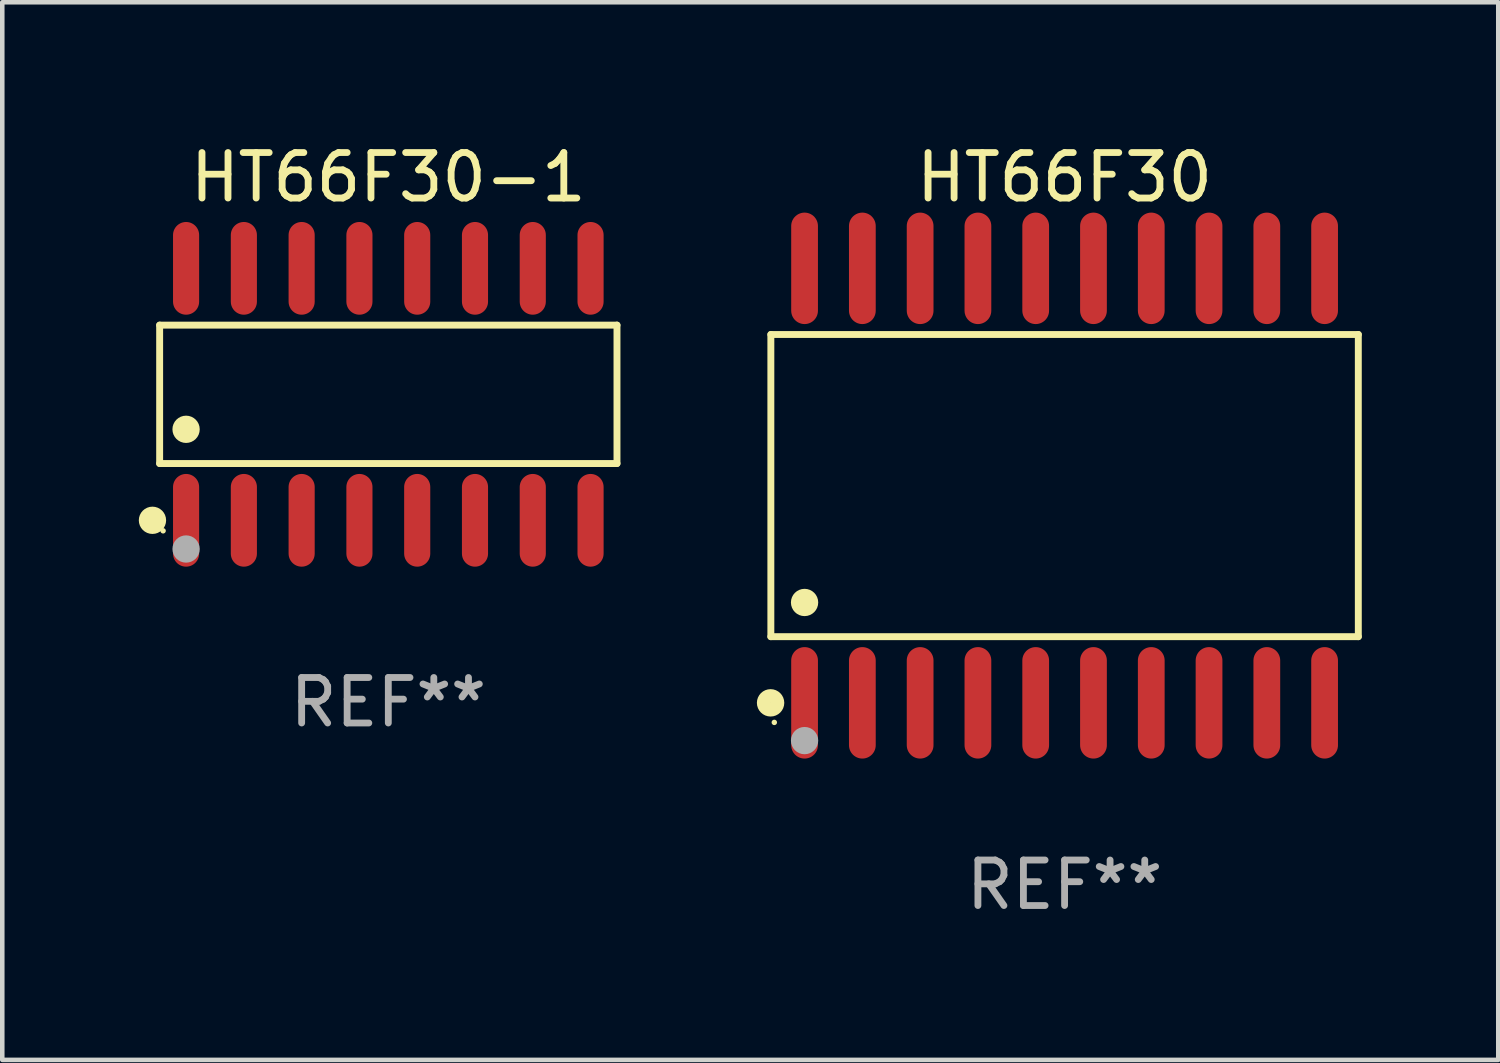
<source format=kicad_pcb>
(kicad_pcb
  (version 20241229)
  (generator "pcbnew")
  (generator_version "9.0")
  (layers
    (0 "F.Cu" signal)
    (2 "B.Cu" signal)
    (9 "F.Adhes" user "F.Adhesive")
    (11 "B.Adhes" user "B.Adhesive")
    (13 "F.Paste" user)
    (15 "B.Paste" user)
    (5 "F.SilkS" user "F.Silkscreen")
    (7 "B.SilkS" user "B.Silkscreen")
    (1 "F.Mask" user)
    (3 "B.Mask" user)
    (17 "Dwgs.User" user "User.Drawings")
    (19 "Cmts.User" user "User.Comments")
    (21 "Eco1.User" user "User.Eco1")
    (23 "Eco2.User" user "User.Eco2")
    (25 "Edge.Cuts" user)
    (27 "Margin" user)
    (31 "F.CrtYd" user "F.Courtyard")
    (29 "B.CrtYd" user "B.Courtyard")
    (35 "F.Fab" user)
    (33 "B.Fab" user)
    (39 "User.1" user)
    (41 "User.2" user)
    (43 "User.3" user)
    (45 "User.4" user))
  (footprint "HT66F30-1"
    (layer "F.Cu")
    (at 5.485 5.617)
    (property "Reference" "HT66F30-1" (at 0 -4.769 0) (layer "F.SilkS") (effects (font (size 1 1) (thickness 0.15))))
    (attr through_hole)
    (fp_line (start -5.026 -1.521) (end 5.026 -1.521) (stroke (width 0.152) (type solid)) (layer "F.SilkS"))
    (fp_line (start -5.026 1.521) (end -5.026 -1.521) (stroke (width 0.152) (type solid)) (layer "F.SilkS"))
    (fp_line (start 5.026 -1.521) (end 5.026 1.521) (stroke (width 0.152) (type solid)) (layer "F.SilkS"))
    (fp_line (start 5.026 1.521) (end -5.026 1.521) (stroke (width 0.152) (type solid)) (layer "F.SilkS"))
    (fp_circle (center -5.184 2.769) (end -5.034 2.769) (stroke (width 0.3) (type solid)) (fill no) (layer "F.SilkS"))
    (fp_circle (center -4.95 3) (end -4.92 3) (stroke (width 0.06) (type solid)) (fill no) (layer "F.SilkS"))
    (fp_circle (center -4.445 0.769) (end -4.295 0.769) (stroke (width 0.3) (type solid)) (fill no) (layer "F.SilkS"))
    (fp_circle (center -4.445 3.4) (end -4.295 3.4) (stroke (width 0.3) (type solid)) (fill no) (layer "F.Fab"))
    (fp_text user "REF**" (at 0 6.769 0) (layer "F.Fab") (effects (font (size 1 1) (thickness 0.15))))
    (pad "1" smd oval (at -4.445 2.769) (size 0.574 2.038) (layers "F.Cu" "F.Mask" "F.Paste"))
    (pad "2" smd oval (at -3.175 2.769) (size 0.574 2.038) (layers "F.Cu" "F.Mask" "F.Paste"))
    (pad "3" smd oval (at -1.905 2.769) (size 0.574 2.038) (layers "F.Cu" "F.Mask" "F.Paste"))
    (pad "4" smd oval (at -0.635 2.769) (size 0.574 2.038) (layers "F.Cu" "F.Mask" "F.Paste"))
    (pad "5" smd oval (at 0.635 2.769) (size 0.574 2.038) (layers "F.Cu" "F.Mask" "F.Paste"))
    (pad "6" smd oval (at 1.905 2.769) (size 0.574 2.038) (layers "F.Cu" "F.Mask" "F.Paste"))
    (pad "7" smd oval (at 3.175 2.769) (size 0.574 2.038) (layers "F.Cu" "F.Mask" "F.Paste"))
    (pad "8" smd oval (at 4.445 2.769) (size 0.574 2.038) (layers "F.Cu" "F.Mask" "F.Paste"))
    (pad "9" smd oval (at 4.445 -2.769) (size 0.574 2.038) (layers "F.Cu" "F.Mask" "F.Paste"))
    (pad "10" smd oval (at 3.175 -2.769) (size 0.574 2.038) (layers "F.Cu" "F.Mask" "F.Paste"))
    (pad "11" smd oval (at 1.905 -2.769) (size 0.574 2.038) (layers "F.Cu" "F.Mask" "F.Paste"))
    (pad "12" smd oval (at 0.635 -2.769) (size 0.574 2.038) (layers "F.Cu" "F.Mask" "F.Paste"))
    (pad "13" smd oval (at -0.635 -2.769) (size 0.574 2.038) (layers "F.Cu" "F.Mask" "F.Paste"))
    (pad "14" smd oval (at -1.905 -2.769) (size 0.574 2.038) (layers "F.Cu" "F.Mask" "F.Paste"))
    (pad "15" smd oval (at -3.175 -2.769) (size 0.574 2.038) (layers "F.Cu" "F.Mask" "F.Paste"))
    (pad "16" smd oval (at -4.445 -2.769) (size 0.574 2.038) (layers "F.Cu" "F.Mask" "F.Paste")))
  (footprint "HT66F30"
    (layer "F.Cu")
    (at 20.349 7.623)
    (property "Reference" "HT66F30" (at 0 -6.775 0) (layer "F.SilkS") (effects (font (size 1 1) (thickness 0.15))))
    (attr through_hole)
    (fp_line (start -6.456 -3.321) (end 6.456 -3.321) (stroke (width 0.152) (type solid)) (layer "F.SilkS"))
    (fp_line (start -6.456 3.321) (end -6.456 -3.321) (stroke (width 0.152) (type solid)) (layer "F.SilkS"))
    (fp_line (start 6.456 -3.321) (end 6.456 3.321) (stroke (width 0.152) (type solid)) (layer "F.SilkS"))
    (fp_line (start 6.456 3.321) (end -6.456 3.321) (stroke (width 0.152) (type solid)) (layer "F.SilkS"))
    (fp_circle (center -6.462 4.775) (end -6.311 4.775) (stroke (width 0.3) (type solid)) (fill no) (layer "F.SilkS"))
    (fp_circle (center -6.38 5.205) (end -6.35 5.205) (stroke (width 0.06) (type solid)) (fill no) (layer "F.SilkS"))
    (fp_circle (center -5.715 2.569) (end -5.565 2.569) (stroke (width 0.3) (type solid)) (fill no) (layer "F.SilkS"))
    (fp_circle (center -5.715 5.605) (end -5.565 5.605) (stroke (width 0.3) (type solid)) (fill no) (layer "F.Fab"))
    (fp_text user "REF**" (at 0 8.775 0) (layer "F.Fab") (effects (font (size 1 1) (thickness 0.15))))
    (pad "1" smd oval (at -5.715 4.775) (size 0.588 2.45) (layers "F.Cu" "F.Mask" "F.Paste"))
    (pad "2" smd oval (at -4.445 4.775) (size 0.588 2.45) (layers "F.Cu" "F.Mask" "F.Paste"))
    (pad "3" smd oval (at -3.175 4.775) (size 0.588 2.45) (layers "F.Cu" "F.Mask" "F.Paste"))
    (pad "4" smd oval (at -1.905 4.775) (size 0.588 2.45) (layers "F.Cu" "F.Mask" "F.Paste"))
    (pad "5" smd oval (at -0.635 4.775) (size 0.588 2.45) (layers "F.Cu" "F.Mask" "F.Paste"))
    (pad "6" smd oval (at 0.635 4.775) (size 0.588 2.45) (layers "F.Cu" "F.Mask" "F.Paste"))
    (pad "7" smd oval (at 1.905 4.775) (size 0.588 2.45) (layers "F.Cu" "F.Mask" "F.Paste"))
    (pad "8" smd oval (at 3.175 4.775) (size 0.588 2.45) (layers "F.Cu" "F.Mask" "F.Paste"))
    (pad "9" smd oval (at 4.445 4.775) (size 0.588 2.45) (layers "F.Cu" "F.Mask" "F.Paste"))
    (pad "10" smd oval (at 5.715 4.775) (size 0.588 2.45) (layers "F.Cu" "F.Mask" "F.Paste"))
    (pad "11" smd oval (at 5.715 -4.775) (size 0.588 2.45) (layers "F.Cu" "F.Mask" "F.Paste"))
    (pad "12" smd oval (at 4.445 -4.775) (size 0.588 2.45) (layers "F.Cu" "F.Mask" "F.Paste"))
    (pad "13" smd oval (at 3.175 -4.775) (size 0.588 2.45) (layers "F.Cu" "F.Mask" "F.Paste"))
    (pad "14" smd oval (at 1.905 -4.775) (size 0.588 2.45) (layers "F.Cu" "F.Mask" "F.Paste"))
    (pad "15" smd oval (at 0.635 -4.775) (size 0.588 2.45) (layers "F.Cu" "F.Mask" "F.Paste"))
    (pad "16" smd oval (at -0.635 -4.775) (size 0.588 2.45) (layers "F.Cu" "F.Mask" "F.Paste"))
    (pad "17" smd oval (at -1.905 -4.775) (size 0.588 2.45) (layers "F.Cu" "F.Mask" "F.Paste"))
    (pad "18" smd oval (at -3.175 -4.775) (size 0.588 2.45) (layers "F.Cu" "F.Mask" "F.Paste"))
    (pad "19" smd oval (at -4.445 -4.775) (size 0.588 2.45) (layers "F.Cu" "F.Mask" "F.Paste"))
    (pad "20" smd oval (at -5.715 -4.775) (size 0.588 2.45) (layers "F.Cu" "F.Mask" "F.Paste")))
  (gr_rect
    (start -3 -3)
    (end 29.881 20.246)
    (stroke (width 0.1) (type default))
    (fill no)
    (layer "Edge.Cuts")))
</source>
